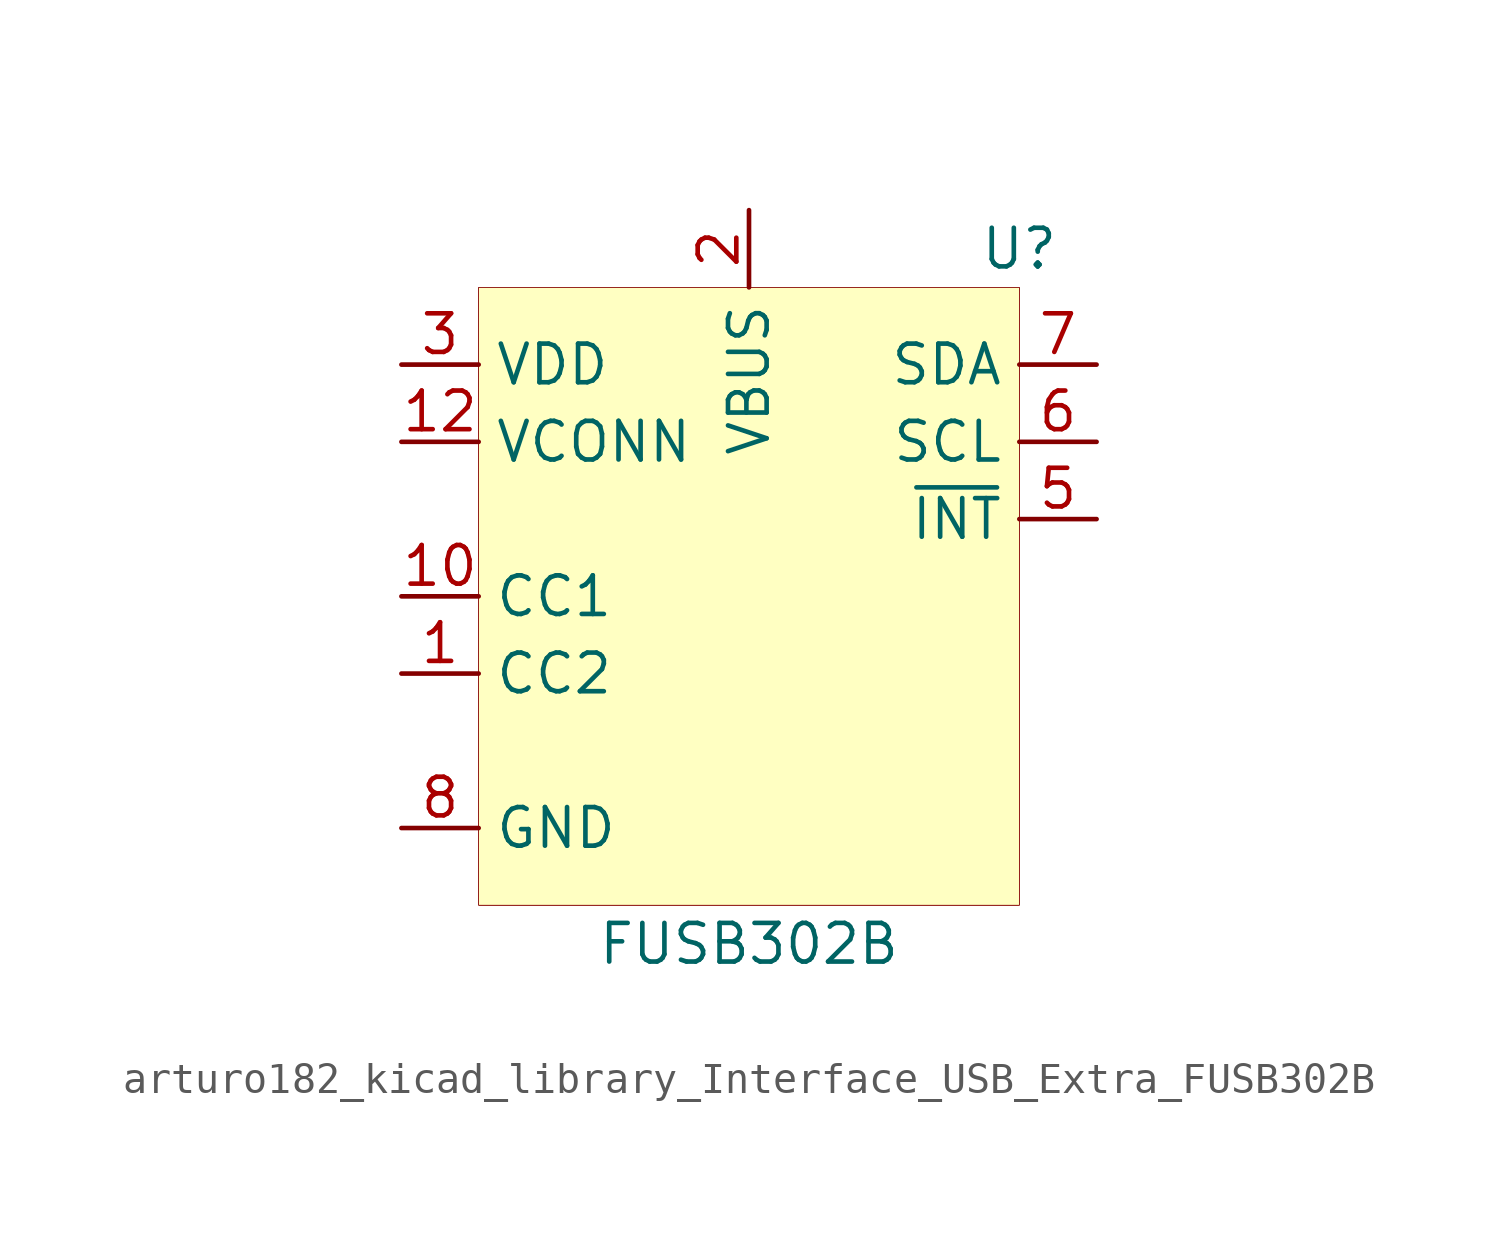
<source format=kicad_sym>
(kicad_symbol_lib
  (version 20220914)
  (generator kicad_symbol_editor)
  (symbol "arturo182_kicad_library_Interface_USB_Extra_FUSB302B"
    (property "Reference" "U"
      (at 8.89 11.43 0)
      (effects (font (size 1.27 1.27))))
    (property "Value" "FUSB302B"
      (at 0 -11.43 0)
      (effects (font (size 1.27 1.27))))
    (symbol "arturo182_kicad_library_Interface_USB_Extra_FUSB302B_0_0"
      (pin input line (at -11.43 -2.54 0) (length 2.54) (name "CC2" (effects (font (size 1.27 1.27)))) (number "1" (effects (font (size 1.27 1.27)))))
      (pin input line (at -11.43 0 0) (length 2.54) (name "CC1" (effects (font (size 1.27 1.27)))) (number "10" (effects (font (size 1.27 1.27)))))
      (pin passive line (at -11.43 0 0) (length 2.54) hide (name "CC1" (effects (font (size 1.27 1.27)))) (number "11" (effects (font (size 1.27 1.27)))))
      (pin input line (at -11.43 5.08 0) (length 2.54) (name "VCONN" (effects (font (size 1.27 1.27)))) (number "12" (effects (font (size 1.27 1.27)))))
      (pin passive line (at -11.43 5.08 0) (length 2.54) hide (name "VCONN" (effects (font (size 1.27 1.27)))) (number "13" (effects (font (size 1.27 1.27)))))
      (pin passive line (at -11.43 -2.54 0) (length 2.54) hide (name "CC2" (effects (font (size 1.27 1.27)))) (number "14" (effects (font (size 1.27 1.27)))))
      (pin passive line (at -11.43 -7.62 0) (length 2.54) hide (name "GND" (effects (font (size 1.27 1.27)))) (number "15" (effects (font (size 1.27 1.27)))))
      (pin power_in line (at 0 12.7 270) (length 2.54) (name "VBUS" (effects (font (size 1.27 1.27)))) (number "2" (effects (font (size 1.27 1.27)))))
      (pin power_in line (at -11.43 7.62 0) (length 2.54) (name "VDD" (effects (font (size 1.27 1.27)))) (number "3" (effects (font (size 1.27 1.27)))))
      (pin passive line (at -11.43 7.62 0) (length 2.54) hide (name "VDD" (effects (font (size 1.27 1.27)))) (number "4" (effects (font (size 1.27 1.27)))))
      (pin output line (at 11.43 2.54 180) (length 2.54) (name "~{INT}" (effects (font (size 1.27 1.27)))) (number "5" (effects (font (size 1.27 1.27)))))
      (pin input line (at 11.43 5.08 180) (length 2.54) (name "SCL" (effects (font (size 1.27 1.27)))) (number "6" (effects (font (size 1.27 1.27)))))
      (pin bidirectional line (at 11.43 7.62 180) (length 2.54) (name "SDA" (effects (font (size 1.27 1.27)))) (number "7" (effects (font (size 1.27 1.27)))))
      (pin power_in line (at -11.43 -7.62 0) (length 2.54) (name "GND" (effects (font (size 1.27 1.27)))) (number "8" (effects (font (size 1.27 1.27)))))
      (pin passive line (at -11.43 -7.62 0) (length 2.54) hide (name "GND" (effects (font (size 1.27 1.27)))) (number "9" (effects (font (size 1.27 1.27))))))
    (symbol "arturo182_kicad_library_Interface_USB_Extra_FUSB302B_0_1"
      (rectangle (start -8.89 10.16) (end 8.89 -10.16) (stroke (width 0.001) (type default)) (fill (type background)))
      (rectangle (start -8.89 10.16) (end 8.89 -10.16) (stroke (width 0.001) (type default)) (fill (type background))))))
</source>
